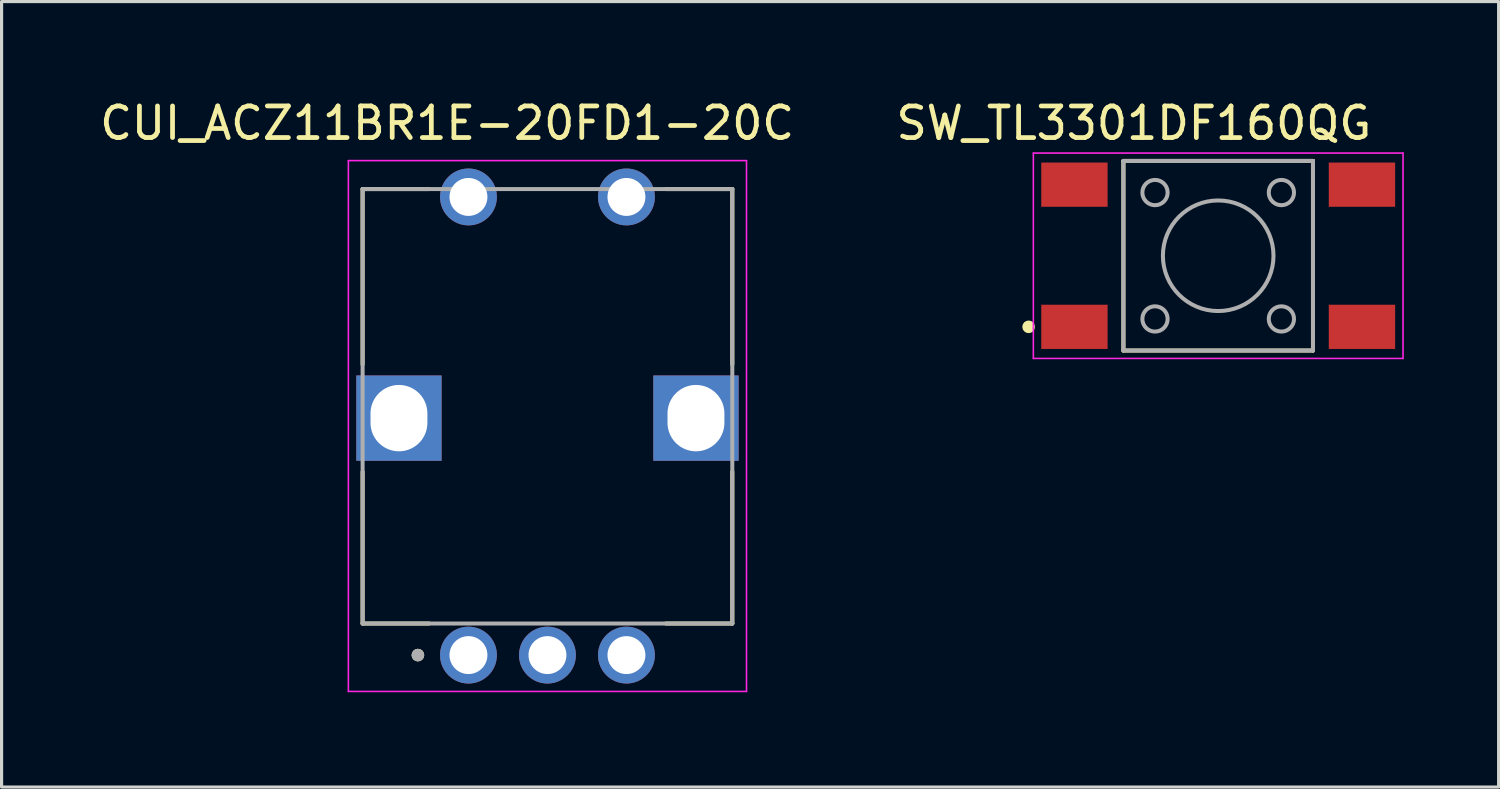
<source format=kicad_pcb>
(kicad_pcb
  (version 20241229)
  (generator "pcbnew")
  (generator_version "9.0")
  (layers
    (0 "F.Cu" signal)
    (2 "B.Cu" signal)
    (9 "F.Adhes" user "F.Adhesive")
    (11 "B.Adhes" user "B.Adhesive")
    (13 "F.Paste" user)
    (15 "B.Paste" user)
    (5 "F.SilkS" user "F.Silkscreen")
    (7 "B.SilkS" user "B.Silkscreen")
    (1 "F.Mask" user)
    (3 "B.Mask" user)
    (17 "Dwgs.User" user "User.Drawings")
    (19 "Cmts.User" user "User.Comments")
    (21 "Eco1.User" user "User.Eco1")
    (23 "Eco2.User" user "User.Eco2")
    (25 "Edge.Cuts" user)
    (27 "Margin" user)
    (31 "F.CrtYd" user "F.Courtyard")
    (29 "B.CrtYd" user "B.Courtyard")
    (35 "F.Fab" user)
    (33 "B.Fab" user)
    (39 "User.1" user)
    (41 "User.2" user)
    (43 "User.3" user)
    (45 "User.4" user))
  (footprint "CUI_ACZ11BR1E-20FD1-20C"
    (layer "F.Cu")
    (at 14.276 10.183)
    (property "Reference" "CUI_ACZ11BR1E-20FD1-20C" (at -3.175 -9.335 0) (layer "F.SilkS") (effects (font (size 1 1) (thickness 0.15))))
    (attr through_hole)
    (fp_line (start -5.85 -7.25) (end -3.75 -7.25) (stroke (width 0.127) (type solid)) (layer "F.SilkS"))
    (fp_line (start -5.85 -1.7) (end -5.85 -7.25) (stroke (width 0.127) (type solid)) (layer "F.SilkS"))
    (fp_line (start -5.85 1.7) (end -5.85 6.5) (stroke (width 0.127) (type solid)) (layer "F.SilkS"))
    (fp_line (start -5.85 6.5) (end -3.75 6.5) (stroke (width 0.127) (type solid)) (layer "F.SilkS"))
    (fp_line (start 3.75 6.5) (end 5.85 6.5) (stroke (width 0.127) (type solid)) (layer "F.SilkS"))
    (fp_line (start 5.85 -7.25) (end 3.75 -7.25) (stroke (width 0.127) (type solid)) (layer "F.SilkS"))
    (fp_line (start 5.85 -1.7) (end 5.85 -7.25) (stroke (width 0.127) (type solid)) (layer "F.SilkS"))
    (fp_line (start 5.85 6.5) (end 5.85 1.7) (stroke (width 0.127) (type solid)) (layer "F.SilkS"))
    (fp_circle (center -4.1 7.5) (end -4 7.5) (stroke (width 0.2) (type solid)) (fill no) (layer "F.SilkS"))
    (fp_line (start -6.3 -8.15) (end 6.3 -8.15) (stroke (width 0.05) (type solid)) (layer "F.CrtYd"))
    (fp_line (start -6.3 8.65) (end -6.3 -8.15) (stroke (width 0.05) (type solid)) (layer "F.CrtYd"))
    (fp_line (start 6.3 -8.15) (end 6.3 8.65) (stroke (width 0.05) (type solid)) (layer "F.CrtYd"))
    (fp_line (start 6.3 8.65) (end -6.3 8.65) (stroke (width 0.05) (type solid)) (layer "F.CrtYd"))
    (fp_line (start -5.85 -7.25) (end 5.85 -7.25) (stroke (width 0.127) (type solid)) (layer "F.Fab"))
    (fp_line (start -5.85 6.5) (end -5.85 -7.25) (stroke (width 0.127) (type solid)) (layer "F.Fab"))
    (fp_line (start 5.85 -7.25) (end 5.85 6.5) (stroke (width 0.127) (type solid)) (layer "F.Fab"))
    (fp_line (start 5.85 6.5) (end -5.85 6.5) (stroke (width 0.127) (type solid)) (layer "F.Fab"))
    (fp_circle (center -4.1 7.5) (end -4 7.5) (stroke (width 0.2) (type solid)) (fill no) (layer "F.Fab"))
    (pad "" thru_hole rect (at -4.7 0) (size 2.7 2.7) (drill oval 1.8 2.1) (layers "*.Cu" "*.Mask"))
    (pad "" thru_hole rect (at 4.7 0) (size 2.7 2.7) (drill oval 1.8 2.1) (layers "*.Cu" "*.Mask"))
    (pad "A" thru_hole circle (at -2.5 7.5) (size 1.8 1.8) (drill 1.2) (layers "*.Cu" "*.Mask"))
    (pad "B" thru_hole circle (at 2.5 7.5) (size 1.8 1.8) (drill 1.2) (layers "*.Cu" "*.Mask"))
    (pad "C" thru_hole circle (at 0 7.5) (size 1.8 1.8) (drill 1.2) (layers "*.Cu" "*.Mask"))
    (pad "S1" thru_hole circle (at -2.5 -7) (size 1.8 1.8) (drill 1.2) (layers "*.Cu" "*.Mask"))
    (pad "S2" thru_hole circle (at 2.5 -7) (size 1.8 1.8) (drill 1.2) (layers "*.Cu" "*.Mask")))
  (footprint "SW_TL3301DF160QG"
    (layer "F.Cu")
    (at 35.504 5.044)
    (property "Reference" "SW_TL3301DF160QG" (at -2.67 -4.195 0) (layer "F.SilkS") (effects (font (size 1.001 1.001) (thickness 0.15))))
    (attr smd)
    (fp_line (start -3 -3) (end -3 3) (stroke (width 0.127) (type solid)) (layer "F.SilkS"))
    (fp_line (start -3 3) (end 3 3) (stroke (width 0.127) (type solid)) (layer "F.SilkS"))
    (fp_line (start 3 -3) (end -3 -3) (stroke (width 0.127) (type solid)) (layer "F.SilkS"))
    (fp_line (start 3 3) (end 3 -3) (stroke (width 0.127) (type solid)) (layer "F.SilkS"))
    (fp_circle (center -6 2.25) (end -5.9 2.25) (stroke (width 0.2) (type solid)) (fill no) (layer "F.SilkS"))
    (fp_line (start -5.85 -3.25) (end 5.85 -3.25) (stroke (width 0.05) (type solid)) (layer "F.CrtYd"))
    (fp_line (start -5.85 3.25) (end -5.85 -3.25) (stroke (width 0.05) (type solid)) (layer "F.CrtYd"))
    (fp_line (start 5.85 -3.25) (end 5.85 3.25) (stroke (width 0.05) (type solid)) (layer "F.CrtYd"))
    (fp_line (start 5.85 3.25) (end -5.85 3.25) (stroke (width 0.05) (type solid)) (layer "F.CrtYd"))
    (fp_line (start -3 -3) (end -3 3) (stroke (width 0.127) (type solid)) (layer "F.Fab"))
    (fp_line (start -3 3) (end 3 3) (stroke (width 0.127) (type solid)) (layer "F.Fab"))
    (fp_line (start 3 -3) (end -3 -3) (stroke (width 0.127) (type solid)) (layer "F.Fab"))
    (fp_line (start 3 3) (end 3 -3) (stroke (width 0.127) (type solid)) (layer "F.Fab"))
    (fp_circle (center -2 -2) (end -1.6 -2) (stroke (width 0.127) (type solid)) (fill no) (layer "F.Fab"))
    (fp_circle (center -2 2) (end -1.6 2) (stroke (width 0.127) (type solid)) (fill no) (layer "F.Fab"))
    (fp_circle (center 0 0) (end 1.75 0) (stroke (width 0.127) (type solid)) (fill no) (layer "F.Fab"))
    (fp_circle (center 2 -2) (end 2.4 -2) (stroke (width 0.127) (type solid)) (fill no) (layer "F.Fab"))
    (fp_circle (center 2 2) (end 2.4 2) (stroke (width 0.127) (type solid)) (fill no) (layer "F.Fab"))
    (pad "1" smd rect (at -4.55 2.25) (size 2.1 1.4) (layers "F.Cu" "F.Mask" "F.Paste"))
    (pad "1" smd rect (at 4.55 2.25) (size 2.1 1.4) (layers "F.Cu" "F.Mask" "F.Paste"))
    (pad "2" smd rect (at -4.55 -2.25) (size 2.1 1.4) (layers "F.Cu" "F.Mask" "F.Paste"))
    (pad "2" smd rect (at 4.55 -2.25) (size 2.1 1.4) (layers "F.Cu" "F.Mask" "F.Paste")))
  (gr_rect
    (start -3 -3)
    (end 44.379 21.858)
    (stroke (width 0.1) (type default))
    (fill no)
    (layer "Edge.Cuts")))
</source>
